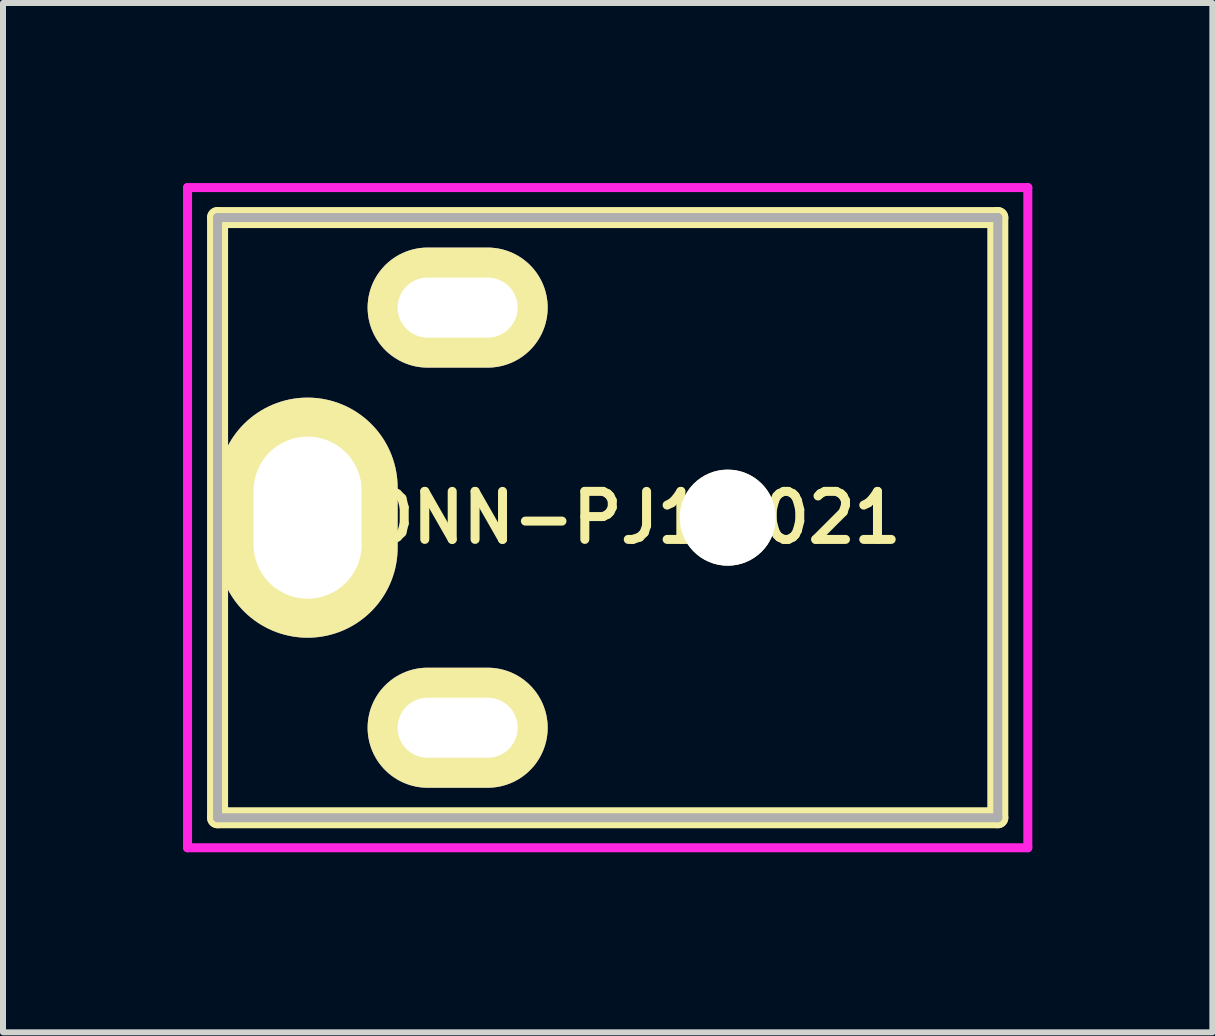
<source format=kicad_pcb>
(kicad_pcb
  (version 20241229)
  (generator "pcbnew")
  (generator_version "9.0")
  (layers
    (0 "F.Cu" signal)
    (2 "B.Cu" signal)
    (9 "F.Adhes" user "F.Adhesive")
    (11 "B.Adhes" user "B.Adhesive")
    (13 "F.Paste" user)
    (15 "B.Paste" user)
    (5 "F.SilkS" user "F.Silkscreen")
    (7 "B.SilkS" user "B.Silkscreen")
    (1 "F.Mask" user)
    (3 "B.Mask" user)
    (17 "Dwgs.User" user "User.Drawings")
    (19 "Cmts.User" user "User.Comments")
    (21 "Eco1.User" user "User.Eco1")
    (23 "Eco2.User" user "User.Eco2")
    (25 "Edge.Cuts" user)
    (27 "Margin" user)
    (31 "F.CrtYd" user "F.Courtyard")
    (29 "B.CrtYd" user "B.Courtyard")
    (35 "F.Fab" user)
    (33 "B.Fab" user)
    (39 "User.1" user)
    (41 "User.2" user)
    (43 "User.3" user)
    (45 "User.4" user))
  (footprint "CONN-PJ1-021"
    (layer "F.Cu")
    (at 7.075 5.575)
    (property "Reference" "CONN-PJ1-021" (at 0 0 0) (layer "F.SilkS") (effects (font (size 0.8 0.8) (thickness 0.15))))
    (attr through_hole)
    (fp_line (start -6.5 -5) (end -6.5 5) (stroke (width 0.35) (type solid)) (layer "F.SilkS"))
    (fp_line (start -6.5 5) (end 6.5 5) (stroke (width 0.35) (type solid)) (layer "F.SilkS"))
    (fp_line (start 6.5 -5) (end -6.5 -5) (stroke (width 0.35) (type solid)) (layer "F.SilkS"))
    (fp_line (start 6.5 -5) (end 6.5 5) (stroke (width 0.35) (type solid)) (layer "F.SilkS"))
    (fp_line (start -7 -5.5) (end -7 5.5) (stroke (width 0.15) (type solid)) (layer "F.CrtYd"))
    (fp_line (start -7 5.5) (end 7 5.5) (stroke (width 0.15) (type solid)) (layer "F.CrtYd"))
    (fp_line (start 7 -5.5) (end -7 -5.5) (stroke (width 0.15) (type solid)) (layer "F.CrtYd"))
    (fp_line (start 7 5.5) (end 7 -5.5) (stroke (width 0.15) (type solid)) (layer "F.CrtYd"))
    (fp_line (start -6.5 -5) (end 6.5 -5) (stroke (width 0.15) (type solid)) (layer "F.Fab"))
    (fp_line (start -6.5 5) (end -6.5 -5) (stroke (width 0.15) (type solid)) (layer "F.Fab"))
    (fp_line (start 6.5 -5) (end 6.5 5) (stroke (width 0.15) (type solid)) (layer "F.Fab"))
    (fp_line (start 6.5 5) (end -6.5 5) (stroke (width 0.15) (type solid)) (layer "F.Fab"))
    (pad "" np_thru_hole circle (at 2 0) (size 1.6 1.6) (drill 1.6) (layers "*.Cu" "*.Mask" "F.SilkS"))
    (pad "1" thru_hole oval (at -5 0) (size 3 4) (drill oval 1.8 2.7) (layers "*.Cu" "*.Mask" "F.SilkS"))
    (pad "2" thru_hole oval (at -2.5 3.5 90) (size 2 3) (drill oval 1 2) (layers "*.Cu" "*.Mask" "F.SilkS"))
    (pad "3" thru_hole oval (at -2.5 -3.5 90) (size 2 3) (drill oval 1 2) (layers "*.Cu" "*.Mask" "F.SilkS")))
  (gr_rect
    (start -3 -3)
    (end 17.15 14.15)
    (stroke (width 0.1) (type default))
    (fill no)
    (layer "Edge.Cuts")))
</source>
